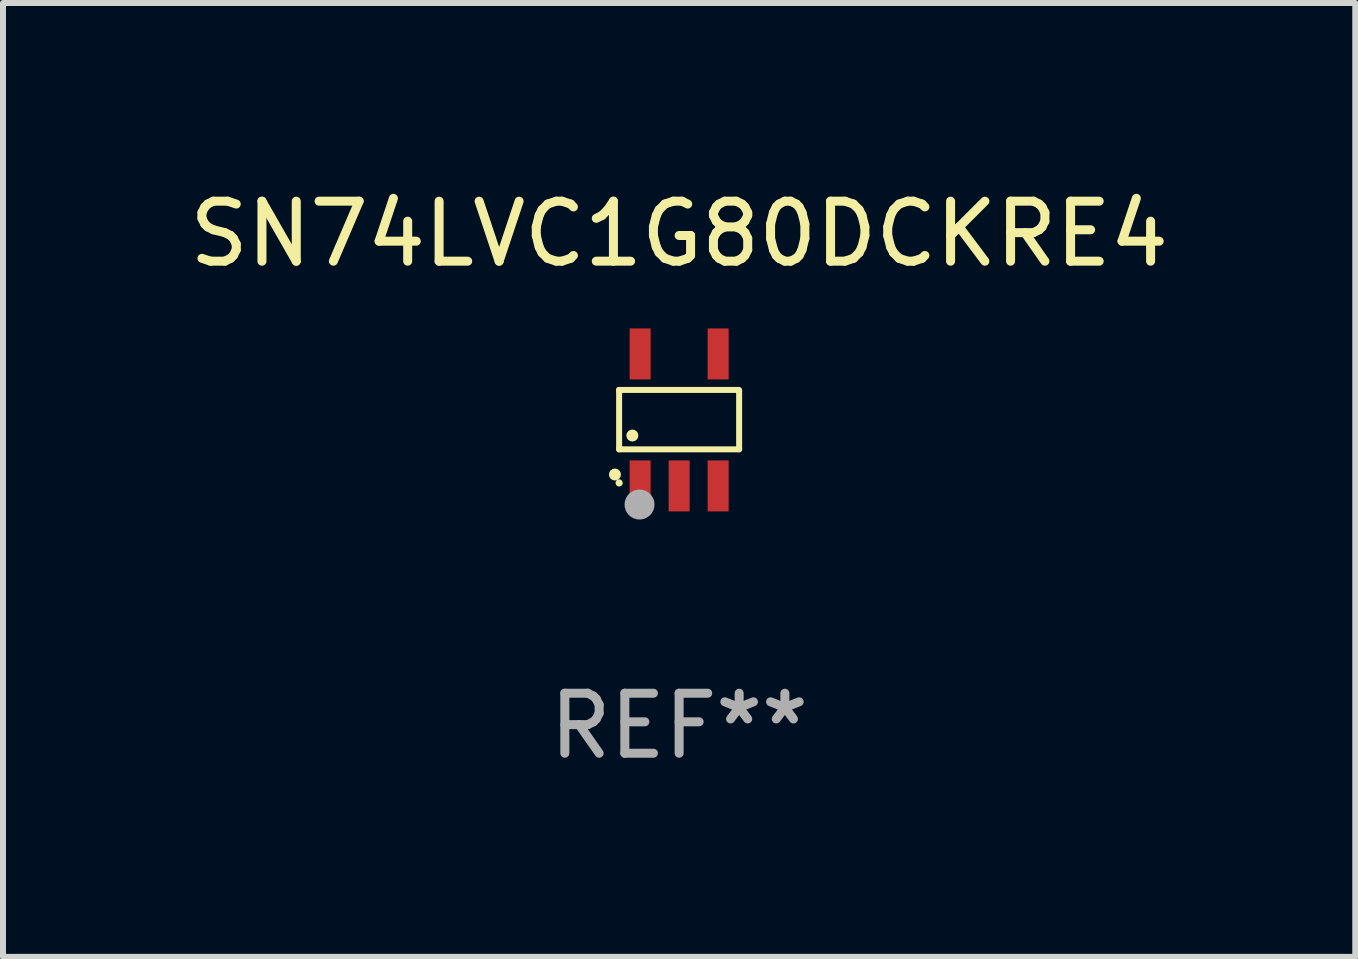
<source format=kicad_pcb>
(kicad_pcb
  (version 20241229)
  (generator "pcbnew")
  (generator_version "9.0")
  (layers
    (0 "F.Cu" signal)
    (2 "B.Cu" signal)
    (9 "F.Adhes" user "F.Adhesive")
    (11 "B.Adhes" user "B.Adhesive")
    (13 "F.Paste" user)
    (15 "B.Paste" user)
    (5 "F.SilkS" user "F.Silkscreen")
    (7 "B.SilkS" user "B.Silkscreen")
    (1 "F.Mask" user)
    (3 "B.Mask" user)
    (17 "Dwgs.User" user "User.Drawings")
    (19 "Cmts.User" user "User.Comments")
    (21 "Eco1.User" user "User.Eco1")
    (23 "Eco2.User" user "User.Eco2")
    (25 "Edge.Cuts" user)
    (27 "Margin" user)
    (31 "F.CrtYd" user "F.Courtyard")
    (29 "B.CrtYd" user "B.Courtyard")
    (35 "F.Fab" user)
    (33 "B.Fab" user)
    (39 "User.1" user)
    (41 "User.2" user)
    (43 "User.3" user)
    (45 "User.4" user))
  (footprint "SN74LVC1G80DCKRE4"
    (layer "F.Cu")
    (at 8.268 3.948)
    (property "Reference" "SN74LVC1G80DCKRE4" (at 0 -3.1 0) (layer "F.SilkS") (effects (font (size 1 1) (thickness 0.15))))
    (attr through_hole)
    (fp_line (start -1 -0.5) (end -1 0.49) (stroke (width 0.1) (type solid)) (layer "F.SilkS"))
    (fp_line (start -1 0.49) (end 1 0.49) (stroke (width 0.1) (type solid)) (layer "F.SilkS"))
    (fp_line (start 0.99 -0.5) (end -1 -0.5) (stroke (width 0.1) (type solid)) (layer "F.SilkS"))
    (fp_line (start 1 -0.49) (end 0.99 -0.5) (stroke (width 0.1) (type solid)) (layer "F.SilkS"))
    (fp_line (start 1 0.49) (end 1 -0.49) (stroke (width 0.1) (type solid)) (layer "F.SilkS"))
    (fp_circle (center -1.07 0.91) (end -1.02 0.91) (stroke (width 0.1) (type solid)) (fill no) (layer "F.SilkS"))
    (fp_circle (center -1 1.05) (end -0.97 1.05) (stroke (width 0.06) (type solid)) (fill no) (layer "F.SilkS"))
    (fp_circle (center -0.78 0.26) (end -0.73 0.26) (stroke (width 0.1) (type solid)) (fill no) (layer "F.SilkS"))
    (fp_circle (center -0.66 1.41) (end -0.535 1.41) (stroke (width 0.25) (type solid)) (fill no) (layer "F.Fab"))
    (fp_text user "REF**" (at 0 5.1 0) (layer "F.Fab") (effects (font (size 1 1) (thickness 0.15))))
    (pad "1" smd rect (at -0.65 1.1) (size 0.35 0.85) (layers "F.Cu" "F.Mask" "F.Paste"))
    (pad "2" smd rect (at 0.000051 1.1) (size 0.35 0.85) (layers "F.Cu" "F.Mask" "F.Paste"))
    (pad "3" smd rect (at 0.65 1.1) (size 0.35 0.85) (layers "F.Cu" "F.Mask" "F.Paste"))
    (pad "4" smd rect (at 0.65 -1.1) (size 0.35 0.85) (layers "F.Cu" "F.Mask" "F.Paste"))
    (pad "5" smd rect (at -0.65 -1.1) (size 0.35 0.85) (layers "F.Cu" "F.Mask" "F.Paste")))
  (gr_rect
    (start -3 -3)
    (end 19.536 12.896)
    (stroke (width 0.1) (type default))
    (fill no)
    (layer "Edge.Cuts")))
</source>
